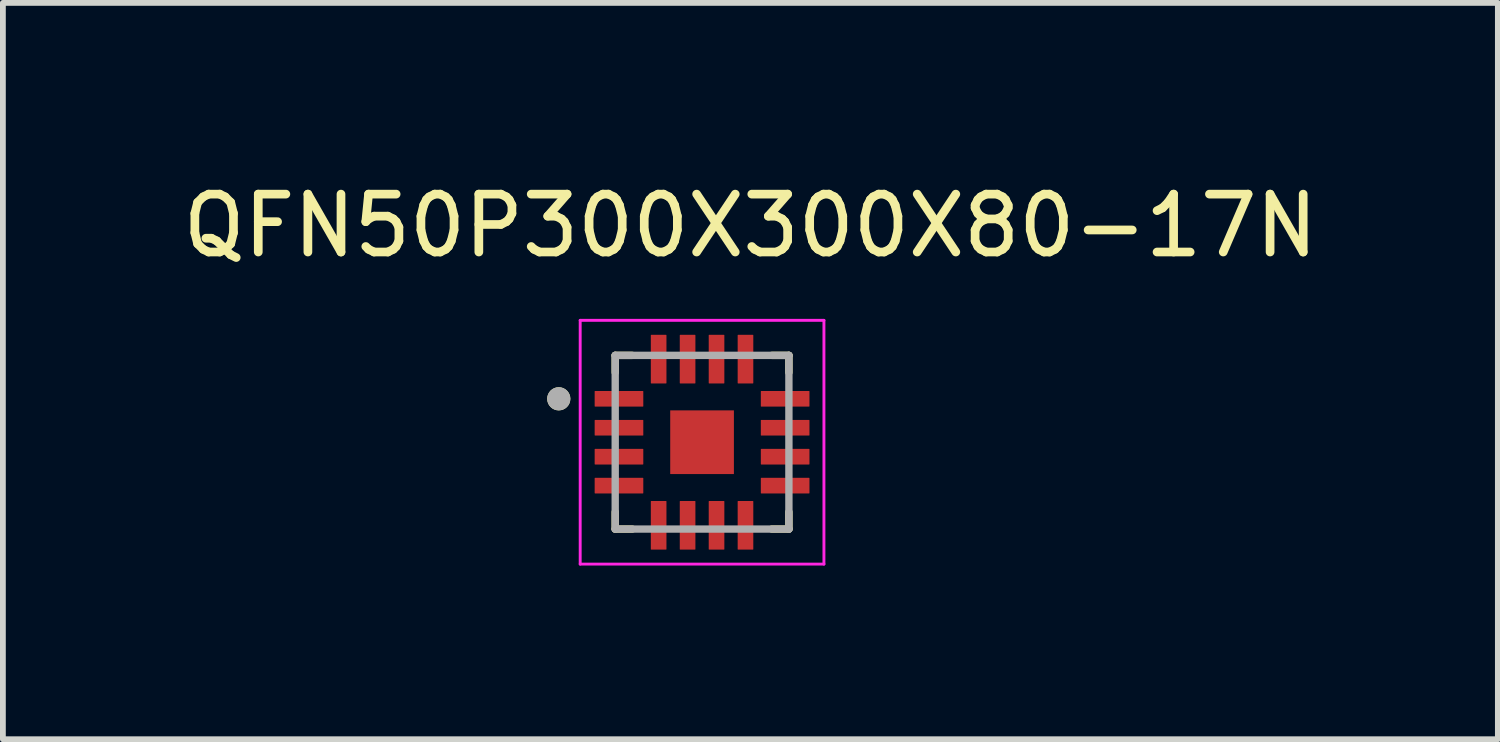
<source format=kicad_pcb>
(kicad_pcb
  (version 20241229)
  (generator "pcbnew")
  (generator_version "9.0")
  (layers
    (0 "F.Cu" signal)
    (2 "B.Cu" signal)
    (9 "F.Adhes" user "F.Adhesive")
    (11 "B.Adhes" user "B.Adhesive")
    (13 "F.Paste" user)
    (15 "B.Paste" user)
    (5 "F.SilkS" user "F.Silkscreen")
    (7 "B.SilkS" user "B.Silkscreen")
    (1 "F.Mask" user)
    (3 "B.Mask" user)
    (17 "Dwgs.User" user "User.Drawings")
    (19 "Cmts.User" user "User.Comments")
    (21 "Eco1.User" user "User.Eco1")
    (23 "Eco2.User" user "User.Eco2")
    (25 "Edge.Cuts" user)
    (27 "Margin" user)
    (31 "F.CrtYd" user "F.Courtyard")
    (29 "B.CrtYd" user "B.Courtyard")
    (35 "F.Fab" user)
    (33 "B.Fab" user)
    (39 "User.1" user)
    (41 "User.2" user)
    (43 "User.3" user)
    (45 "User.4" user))
  (footprint "QFN50P300X300X80-17N"
    (layer "F.Cu")
    (at 9.076 4.588)
    (property "Reference" "QFN50P300X300X80-17N" (at 0.835 -3.74 0) (layer "F.SilkS") (effects (font (size 1 1) (thickness 0.15))))
    (attr through_hole)
    (fp_line (start -1.5 -1.5) (end -1.5 -1.205) (stroke (width 0.127) (type solid)) (layer "F.SilkS"))
    (fp_line (start -1.5 -1.5) (end -1.205 -1.5) (stroke (width 0.127) (type solid)) (layer "F.SilkS"))
    (fp_line (start -1.5 1.5) (end -1.5 1.205) (stroke (width 0.127) (type solid)) (layer "F.SilkS"))
    (fp_line (start -1.5 1.5) (end -1.205 1.5) (stroke (width 0.127) (type solid)) (layer "F.SilkS"))
    (fp_line (start 1.5 -1.5) (end 1.205 -1.5) (stroke (width 0.127) (type solid)) (layer "F.SilkS"))
    (fp_line (start 1.5 -1.5) (end 1.5 -1.205) (stroke (width 0.127) (type solid)) (layer "F.SilkS"))
    (fp_line (start 1.5 1.5) (end 1.205 1.5) (stroke (width 0.127) (type solid)) (layer "F.SilkS"))
    (fp_line (start 1.5 1.5) (end 1.5 1.205) (stroke (width 0.127) (type solid)) (layer "F.SilkS"))
    (fp_circle (center -2.475 -0.75) (end -2.375 -0.75) (stroke (width 0.2) (type solid)) (fill no) (layer "F.SilkS"))
    (fp_poly (pts (xy -0.35 -0.35) (xy 0.35 -0.35) (xy 0.35 0.35) (xy -0.35 0.35)) (stroke (width 0.01) (type solid)) (fill yes) (layer "F.Paste"))
    (fp_line (start -2.105 -2.105) (end 2.105 -2.105) (stroke (width 0.05) (type solid)) (layer "F.CrtYd"))
    (fp_line (start -2.105 2.105) (end -2.105 -2.105) (stroke (width 0.05) (type solid)) (layer "F.CrtYd"))
    (fp_line (start -2.105 2.105) (end 2.105 2.105) (stroke (width 0.05) (type solid)) (layer "F.CrtYd"))
    (fp_line (start 2.105 2.105) (end 2.105 -2.105) (stroke (width 0.05) (type solid)) (layer "F.CrtYd"))
    (fp_line (start -1.5 1.5) (end -1.5 -1.5) (stroke (width 0.127) (type solid)) (layer "F.Fab"))
    (fp_line (start 1.5 -1.5) (end -1.5 -1.5) (stroke (width 0.127) (type solid)) (layer "F.Fab"))
    (fp_line (start 1.5 1.5) (end -1.5 1.5) (stroke (width 0.127) (type solid)) (layer "F.Fab"))
    (fp_line (start 1.5 1.5) (end 1.5 -1.5) (stroke (width 0.127) (type solid)) (layer "F.Fab"))
    (fp_circle (center -2.475 -0.75) (end -2.375 -0.75) (stroke (width 0.2) (type solid)) (fill no) (layer "F.Fab"))
    (pad "1" smd roundrect (at -1.435 -0.75) (size 0.84 0.27) (layers "F.Cu" "F.Mask" "F.Paste") (roundrect_rratio 0.03))
    (pad "2" smd roundrect (at -1.435 -0.25) (size 0.84 0.27) (layers "F.Cu" "F.Mask" "F.Paste") (roundrect_rratio 0.03))
    (pad "3" smd roundrect (at -1.435 0.25) (size 0.84 0.27) (layers "F.Cu" "F.Mask" "F.Paste") (roundrect_rratio 0.03))
    (pad "4" smd roundrect (at -1.435 0.75) (size 0.84 0.27) (layers "F.Cu" "F.Mask" "F.Paste") (roundrect_rratio 0.03))
    (pad "5" smd roundrect (at -0.75 1.435 90) (size 0.84 0.27) (layers "F.Cu" "F.Mask" "F.Paste") (roundrect_rratio 0.03))
    (pad "6" smd roundrect (at -0.25 1.435 90) (size 0.84 0.27) (layers "F.Cu" "F.Mask" "F.Paste") (roundrect_rratio 0.03))
    (pad "7" smd roundrect (at 0.25 1.435 90) (size 0.84 0.27) (layers "F.Cu" "F.Mask" "F.Paste") (roundrect_rratio 0.03))
    (pad "8" smd roundrect (at 0.75 1.435 90) (size 0.84 0.27) (layers "F.Cu" "F.Mask" "F.Paste") (roundrect_rratio 0.03))
    (pad "9" smd roundrect (at 1.435 0.75) (size 0.84 0.27) (layers "F.Cu" "F.Mask" "F.Paste") (roundrect_rratio 0.03))
    (pad "10" smd roundrect (at 1.435 0.25) (size 0.84 0.27) (layers "F.Cu" "F.Mask" "F.Paste") (roundrect_rratio 0.03))
    (pad "11" smd roundrect (at 1.435 -0.25) (size 0.84 0.27) (layers "F.Cu" "F.Mask" "F.Paste") (roundrect_rratio 0.03))
    (pad "12" smd roundrect (at 1.435 -0.75) (size 0.84 0.27) (layers "F.Cu" "F.Mask" "F.Paste") (roundrect_rratio 0.03))
    (pad "13" smd roundrect (at 0.75 -1.435 90) (size 0.84 0.27) (layers "F.Cu" "F.Mask" "F.Paste") (roundrect_rratio 0.03))
    (pad "14" smd roundrect (at 0.25 -1.435 90) (size 0.84 0.27) (layers "F.Cu" "F.Mask" "F.Paste") (roundrect_rratio 0.03))
    (pad "15" smd roundrect (at -0.25 -1.435 90) (size 0.84 0.27) (layers "F.Cu" "F.Mask" "F.Paste") (roundrect_rratio 0.03))
    (pad "16" smd roundrect (at -0.75 -1.435 90) (size 0.84 0.27) (layers "F.Cu" "F.Mask" "F.Paste") (roundrect_rratio 0.03))
    (pad "17" smd rect (at 0 0) (size 1.1 1.1) (layers "F.Cu" "F.Mask")))
  (gr_rect
    (start -3 -3)
    (end 22.821 9.718)
    (stroke (width 0.1) (type default))
    (fill no)
    (layer "Edge.Cuts")))
</source>
